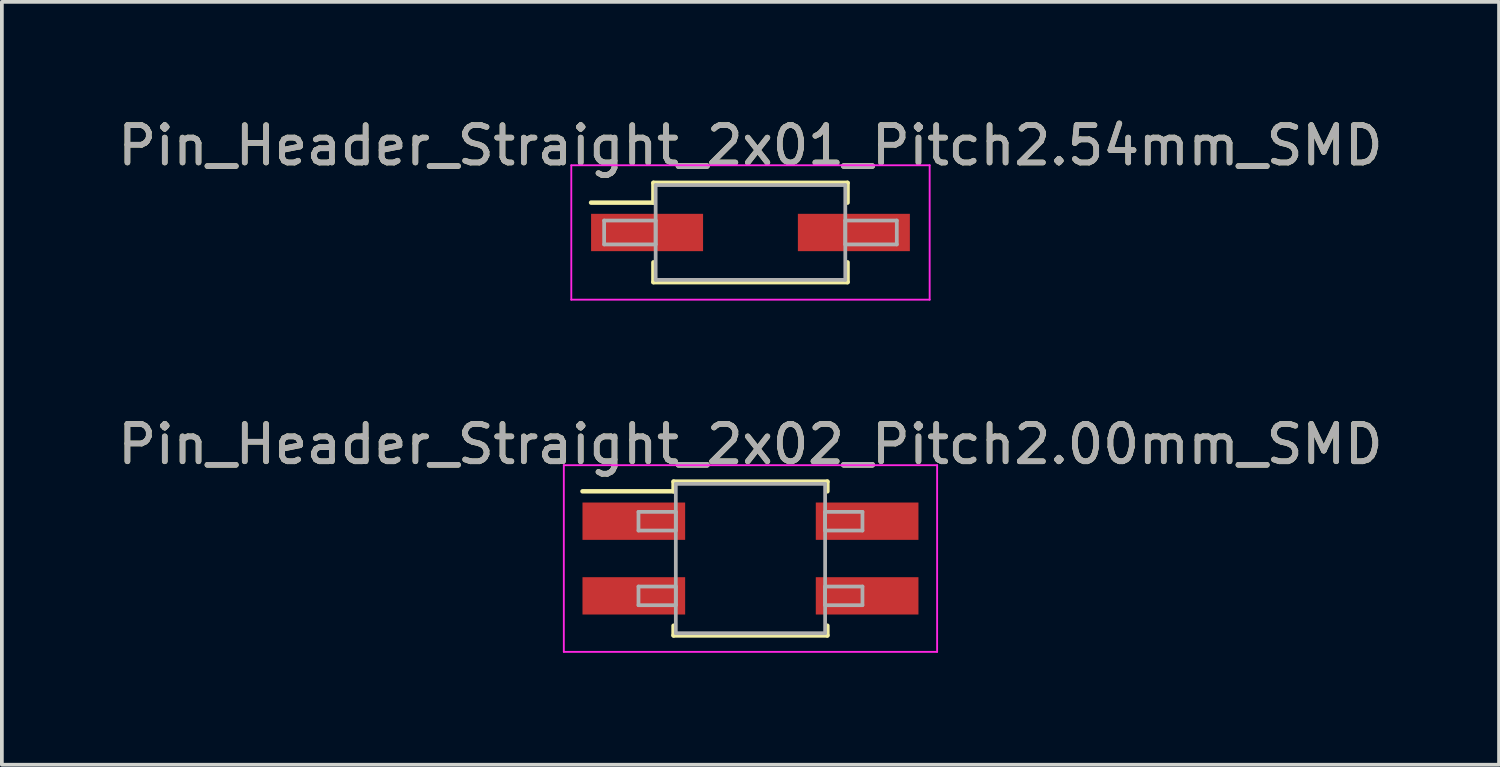
<source format=kicad_pcb>
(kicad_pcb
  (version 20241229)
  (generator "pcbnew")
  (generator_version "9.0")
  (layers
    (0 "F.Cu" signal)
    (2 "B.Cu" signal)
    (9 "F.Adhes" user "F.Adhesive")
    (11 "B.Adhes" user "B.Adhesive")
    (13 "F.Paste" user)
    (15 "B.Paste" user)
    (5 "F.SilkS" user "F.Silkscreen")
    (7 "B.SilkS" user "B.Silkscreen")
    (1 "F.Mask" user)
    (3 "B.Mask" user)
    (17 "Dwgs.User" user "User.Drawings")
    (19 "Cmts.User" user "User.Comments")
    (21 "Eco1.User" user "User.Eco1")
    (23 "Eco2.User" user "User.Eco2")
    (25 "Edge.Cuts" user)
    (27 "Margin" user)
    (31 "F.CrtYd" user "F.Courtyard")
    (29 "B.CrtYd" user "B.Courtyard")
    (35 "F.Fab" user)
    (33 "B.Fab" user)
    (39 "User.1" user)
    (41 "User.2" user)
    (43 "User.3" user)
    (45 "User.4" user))
  (footprint "Pin_Header_Straight_2x02_Pitch2.00mm_SMD"
    (layer "F.Cu")
    (at 17.054 11.912)
    (property "Reference" "Pin_Header_Straight_2x02_Pitch2.00mm_SMD" (at 0 -3.06 0) (layer "F.SilkS") (effects (font (size 1 1) (thickness 0.15))))
    (attr smd)
    (fp_line (start -4.5 -1.8) (end -2.06 -1.8) (stroke (width 0.12) (type solid)) (layer "F.SilkS"))
    (fp_line (start -2.06 -2.06) (end 2.06 -2.06) (stroke (width 0.12) (type solid)) (layer "F.SilkS"))
    (fp_line (start -2.06 -1.8) (end -2.06 -2.06) (stroke (width 0.12) (type solid)) (layer "F.SilkS"))
    (fp_line (start -2.06 1.8) (end -2.06 2.06) (stroke (width 0.12) (type solid)) (layer "F.SilkS"))
    (fp_line (start -2.06 2.06) (end 2.06 2.06) (stroke (width 0.12) (type solid)) (layer "F.SilkS"))
    (fp_line (start 2.06 -2.06) (end 2.06 -1.8) (stroke (width 0.12) (type solid)) (layer "F.SilkS"))
    (fp_line (start 2.06 2.06) (end 2.06 1.8) (stroke (width 0.12) (type solid)) (layer "F.SilkS"))
    (fp_line (start -5 -2.5) (end -5 2.5) (stroke (width 0.05) (type solid)) (layer "F.CrtYd"))
    (fp_line (start -5 2.5) (end 5 2.5) (stroke (width 0.05) (type solid)) (layer "F.CrtYd"))
    (fp_line (start 5 -2.5) (end -5 -2.5) (stroke (width 0.05) (type solid)) (layer "F.CrtYd"))
    (fp_line (start 5 2.5) (end 5 -2.5) (stroke (width 0.05) (type solid)) (layer "F.CrtYd"))
    (fp_line (start -3 -1.25) (end -2 -1.25) (stroke (width 0.1) (type solid)) (layer "F.Fab"))
    (fp_line (start -3 -0.75) (end -3 -1.25) (stroke (width 0.1) (type solid)) (layer "F.Fab"))
    (fp_line (start -3 0.75) (end -2 0.75) (stroke (width 0.1) (type solid)) (layer "F.Fab"))
    (fp_line (start -3 1.25) (end -3 0.75) (stroke (width 0.1) (type solid)) (layer "F.Fab"))
    (fp_line (start -2 -2) (end -2 2) (stroke (width 0.1) (type solid)) (layer "F.Fab"))
    (fp_line (start -2 -1.25) (end -2 -0.75) (stroke (width 0.1) (type solid)) (layer "F.Fab"))
    (fp_line (start -2 -0.75) (end -3 -0.75) (stroke (width 0.1) (type solid)) (layer "F.Fab"))
    (fp_line (start -2 0.75) (end -2 1.25) (stroke (width 0.1) (type solid)) (layer "F.Fab"))
    (fp_line (start -2 1.25) (end -3 1.25) (stroke (width 0.1) (type solid)) (layer "F.Fab"))
    (fp_line (start -2 2) (end 2 2) (stroke (width 0.1) (type solid)) (layer "F.Fab"))
    (fp_line (start 2 -2) (end -2 -2) (stroke (width 0.1) (type solid)) (layer "F.Fab"))
    (fp_line (start 2 -1.25) (end 2 -0.75) (stroke (width 0.1) (type solid)) (layer "F.Fab"))
    (fp_line (start 2 -0.75) (end 3 -0.75) (stroke (width 0.1) (type solid)) (layer "F.Fab"))
    (fp_line (start 2 0.75) (end 2 1.25) (stroke (width 0.1) (type solid)) (layer "F.Fab"))
    (fp_line (start 2 1.25) (end 3 1.25) (stroke (width 0.1) (type solid)) (layer "F.Fab"))
    (fp_line (start 2 2) (end 2 -2) (stroke (width 0.1) (type solid)) (layer "F.Fab"))
    (fp_line (start 3 -1.25) (end 2 -1.25) (stroke (width 0.1) (type solid)) (layer "F.Fab"))
    (fp_line (start 3 -0.75) (end 3 -1.25) (stroke (width 0.1) (type solid)) (layer "F.Fab"))
    (fp_line (start 3 0.75) (end 2 0.75) (stroke (width 0.1) (type solid)) (layer "F.Fab"))
    (fp_line (start 3 1.25) (end 3 0.75) (stroke (width 0.1) (type solid)) (layer "F.Fab"))
    (fp_text user "${REFERENCE}" (at 0 -3.06 0) (layer "F.Fab") (effects (font (size 1 1) (thickness 0.15))))
    (pad "1" smd rect (at -3.125 -1) (size 2.75 1) (layers "F.Cu" "F.Mask" "F.Paste"))
    (pad "2" smd rect (at 3.125 -1) (size 2.75 1) (layers "F.Cu" "F.Mask" "F.Paste"))
    (pad "3" smd rect (at -3.125 1) (size 2.75 1) (layers "F.Cu" "F.Mask" "F.Paste"))
    (pad "4" smd rect (at 3.125 1) (size 2.75 1) (layers "F.Cu" "F.Mask" "F.Paste")))
  (footprint "Pin_Header_Straight_2x01_Pitch2.54mm_SMD"
    (layer "F.Cu")
    (at 17.054 3.178)
    (property "Reference" "Pin_Header_Straight_2x01_Pitch2.54mm_SMD" (at 0 -2.33 0) (layer "F.SilkS") (effects (font (size 1 1) (thickness 0.15))))
    (attr smd)
    (fp_line (start -4.27 -0.8) (end -2.6 -0.8) (stroke (width 0.12) (type solid)) (layer "F.SilkS"))
    (fp_line (start -2.6 -1.33) (end 2.6 -1.33) (stroke (width 0.12) (type solid)) (layer "F.SilkS"))
    (fp_line (start -2.6 -0.8) (end -2.6 -1.33) (stroke (width 0.12) (type solid)) (layer "F.SilkS"))
    (fp_line (start -2.6 0.8) (end -2.6 1.33) (stroke (width 0.12) (type solid)) (layer "F.SilkS"))
    (fp_line (start -2.6 1.33) (end 2.6 1.33) (stroke (width 0.12) (type solid)) (layer "F.SilkS"))
    (fp_line (start 2.6 -1.33) (end 2.6 -0.8) (stroke (width 0.12) (type solid)) (layer "F.SilkS"))
    (fp_line (start 2.6 1.33) (end 2.6 0.8) (stroke (width 0.12) (type solid)) (layer "F.SilkS"))
    (fp_line (start -4.8 -1.8) (end -4.8 1.8) (stroke (width 0.05) (type solid)) (layer "F.CrtYd"))
    (fp_line (start -4.8 1.8) (end 4.8 1.8) (stroke (width 0.05) (type solid)) (layer "F.CrtYd"))
    (fp_line (start 4.8 -1.8) (end -4.8 -1.8) (stroke (width 0.05) (type solid)) (layer "F.CrtYd"))
    (fp_line (start 4.8 1.8) (end 4.8 -1.8) (stroke (width 0.05) (type solid)) (layer "F.CrtYd"))
    (fp_line (start -3.92 -0.32) (end -2.54 -0.32) (stroke (width 0.1) (type solid)) (layer "F.Fab"))
    (fp_line (start -3.92 0.32) (end -3.92 -0.32) (stroke (width 0.1) (type solid)) (layer "F.Fab"))
    (fp_line (start -2.54 -1.27) (end -2.54 1.27) (stroke (width 0.1) (type solid)) (layer "F.Fab"))
    (fp_line (start -2.54 -0.32) (end -2.54 0.32) (stroke (width 0.1) (type solid)) (layer "F.Fab"))
    (fp_line (start -2.54 0.32) (end -3.92 0.32) (stroke (width 0.1) (type solid)) (layer "F.Fab"))
    (fp_line (start -2.54 1.27) (end 2.54 1.27) (stroke (width 0.1) (type solid)) (layer "F.Fab"))
    (fp_line (start 2.54 -1.27) (end -2.54 -1.27) (stroke (width 0.1) (type solid)) (layer "F.Fab"))
    (fp_line (start 2.54 -0.32) (end 2.54 0.32) (stroke (width 0.1) (type solid)) (layer "F.Fab"))
    (fp_line (start 2.54 0.32) (end 3.92 0.32) (stroke (width 0.1) (type solid)) (layer "F.Fab"))
    (fp_line (start 2.54 1.27) (end 2.54 -1.27) (stroke (width 0.1) (type solid)) (layer "F.Fab"))
    (fp_line (start 3.92 -0.32) (end 2.54 -0.32) (stroke (width 0.1) (type solid)) (layer "F.Fab"))
    (fp_line (start 3.92 0.32) (end 3.92 -0.32) (stroke (width 0.1) (type solid)) (layer "F.Fab"))
    (fp_text user "${REFERENCE}" (at 0 -2.33 0) (layer "F.Fab") (effects (font (size 1 1) (thickness 0.15))))
    (pad "1" smd rect (at -2.77 0) (size 3 1) (layers "F.Cu" "F.Mask" "F.Paste"))
    (pad "2" smd rect (at 2.77 0) (size 3 1) (layers "F.Cu" "F.Mask" "F.Paste")))
  (gr_rect
    (start -3 -3)
    (end 37.107 17.436)
    (stroke (width 0.1) (type default))
    (fill no)
    (layer "Edge.Cuts")))
</source>
